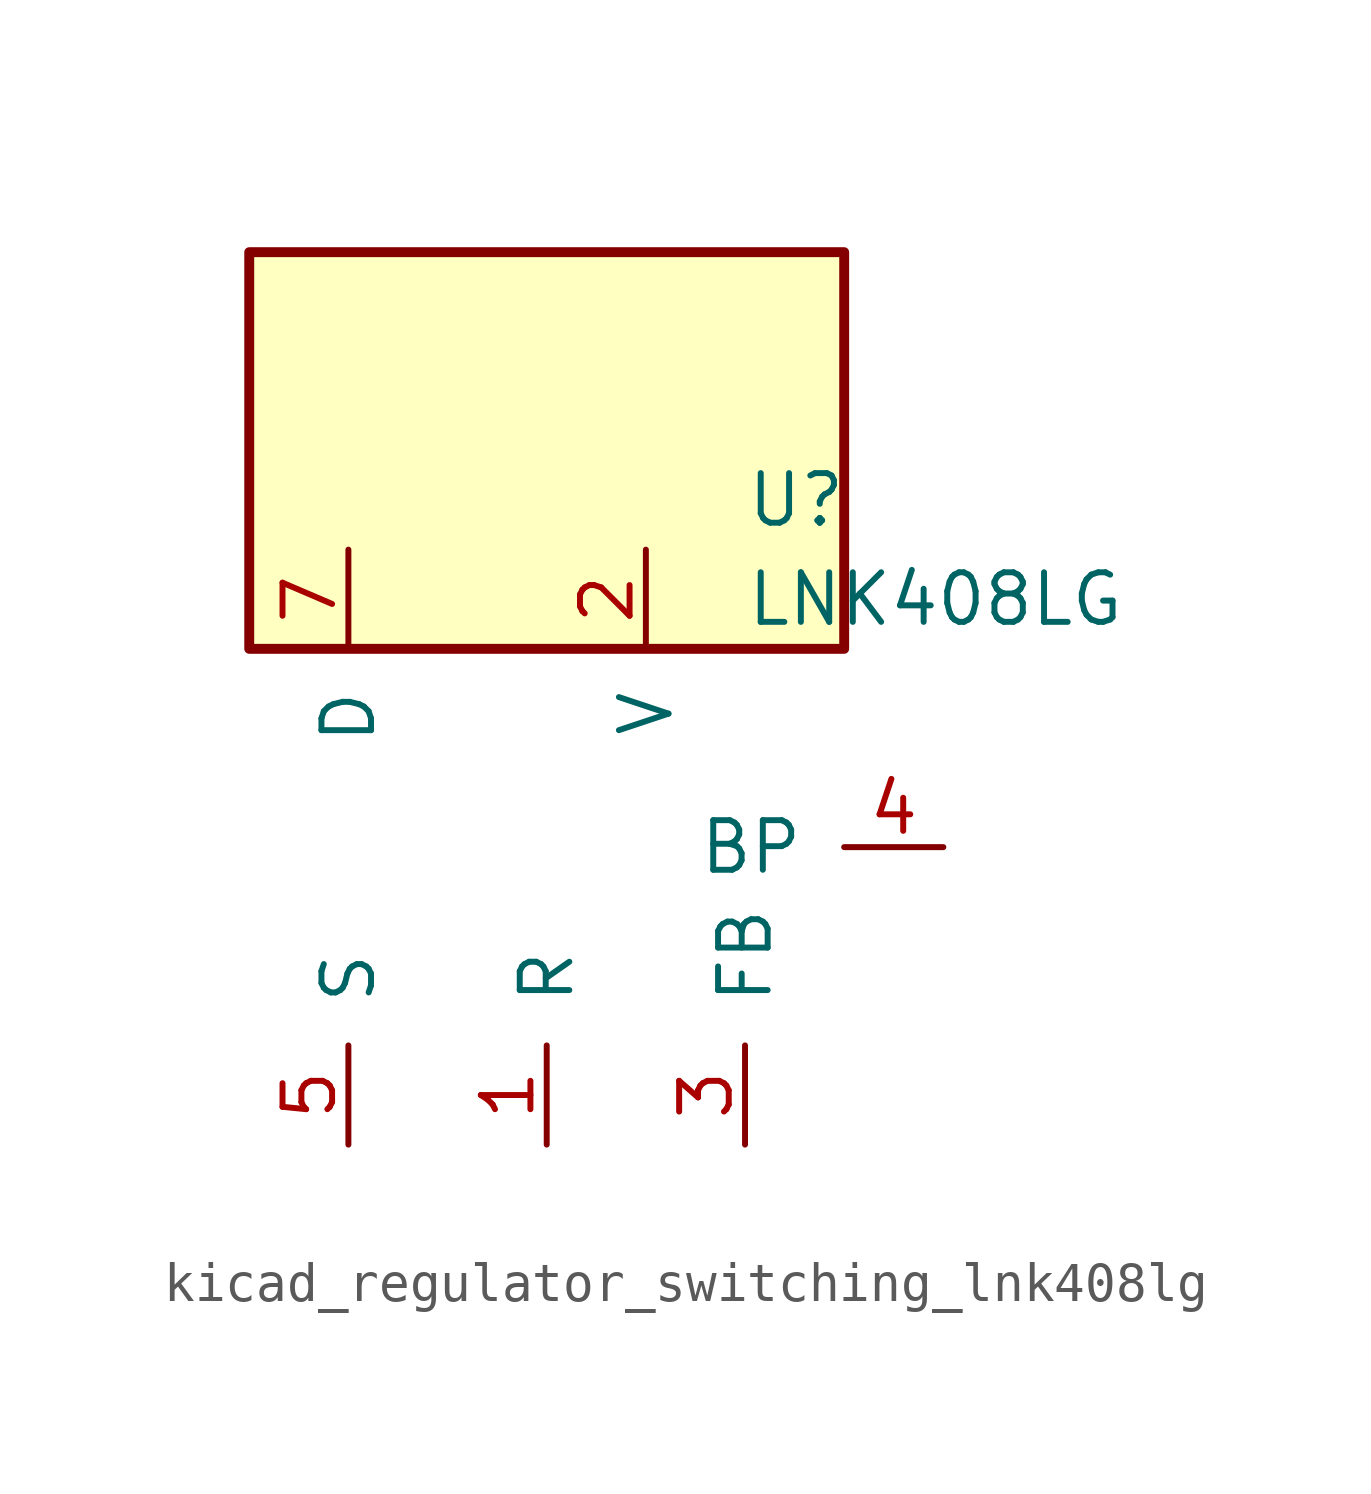
<source format=kicad_sym>
(kicad_symbol_lib
  (version 20220914)
  (generator kicad_symbol_editor)
  (symbol "kicad_regulator_switching_lnk408lg"
    (pin_names
      (offset 1.016))
    (property "Reference" "U"
      (at 5.08 8.89 0)
      (effects (font (size 1.27 1.27)) (justify left)))
    (property "Value" "LNK408LG"
      (at 5.08 6.35 0)
      (effects (font (size 1.27 1.27)) (justify left)))
    (symbol "kicad_regulator_switching_lnk408lg_0_1"
      (rectangle (start 7.62 15.24) (end -7.62 5.08) (stroke (width 0.254) (type default)) (fill (type background))))
    (symbol "kicad_regulator_switching_lnk408lg_1_1"
      (pin input line (at 0 -7.62 90) (length 2.54) (name "R" (effects (font (size 1.27 1.27)))) (number "1" (effects (font (size 1.27 1.27)))))
      (pin input line (at 2.54 7.62 270) (length 2.54) (name "V" (effects (font (size 1.27 1.27)))) (number "2" (effects (font (size 1.27 1.27)))))
      (pin input line (at 5.08 -7.62 90) (length 2.54) (name "FB" (effects (font (size 1.27 1.27)))) (number "3" (effects (font (size 1.27 1.27)))))
      (pin input line (at 10.16 0 180) (length 2.54) (name "BP" (effects (font (size 1.27 1.27)))) (number "4" (effects (font (size 1.27 1.27)))))
      (pin power_in line (at -5.08 -7.62 90) (length 2.54) (name "S" (effects (font (size 1.27 1.27)))) (number "5" (effects (font (size 1.27 1.27)))))
      (pin open_collector line (at -5.08 7.62 270) (length 2.54) (name "D" (effects (font (size 1.27 1.27)))) (number "7" (effects (font (size 1.27 1.27))))))))
</source>
